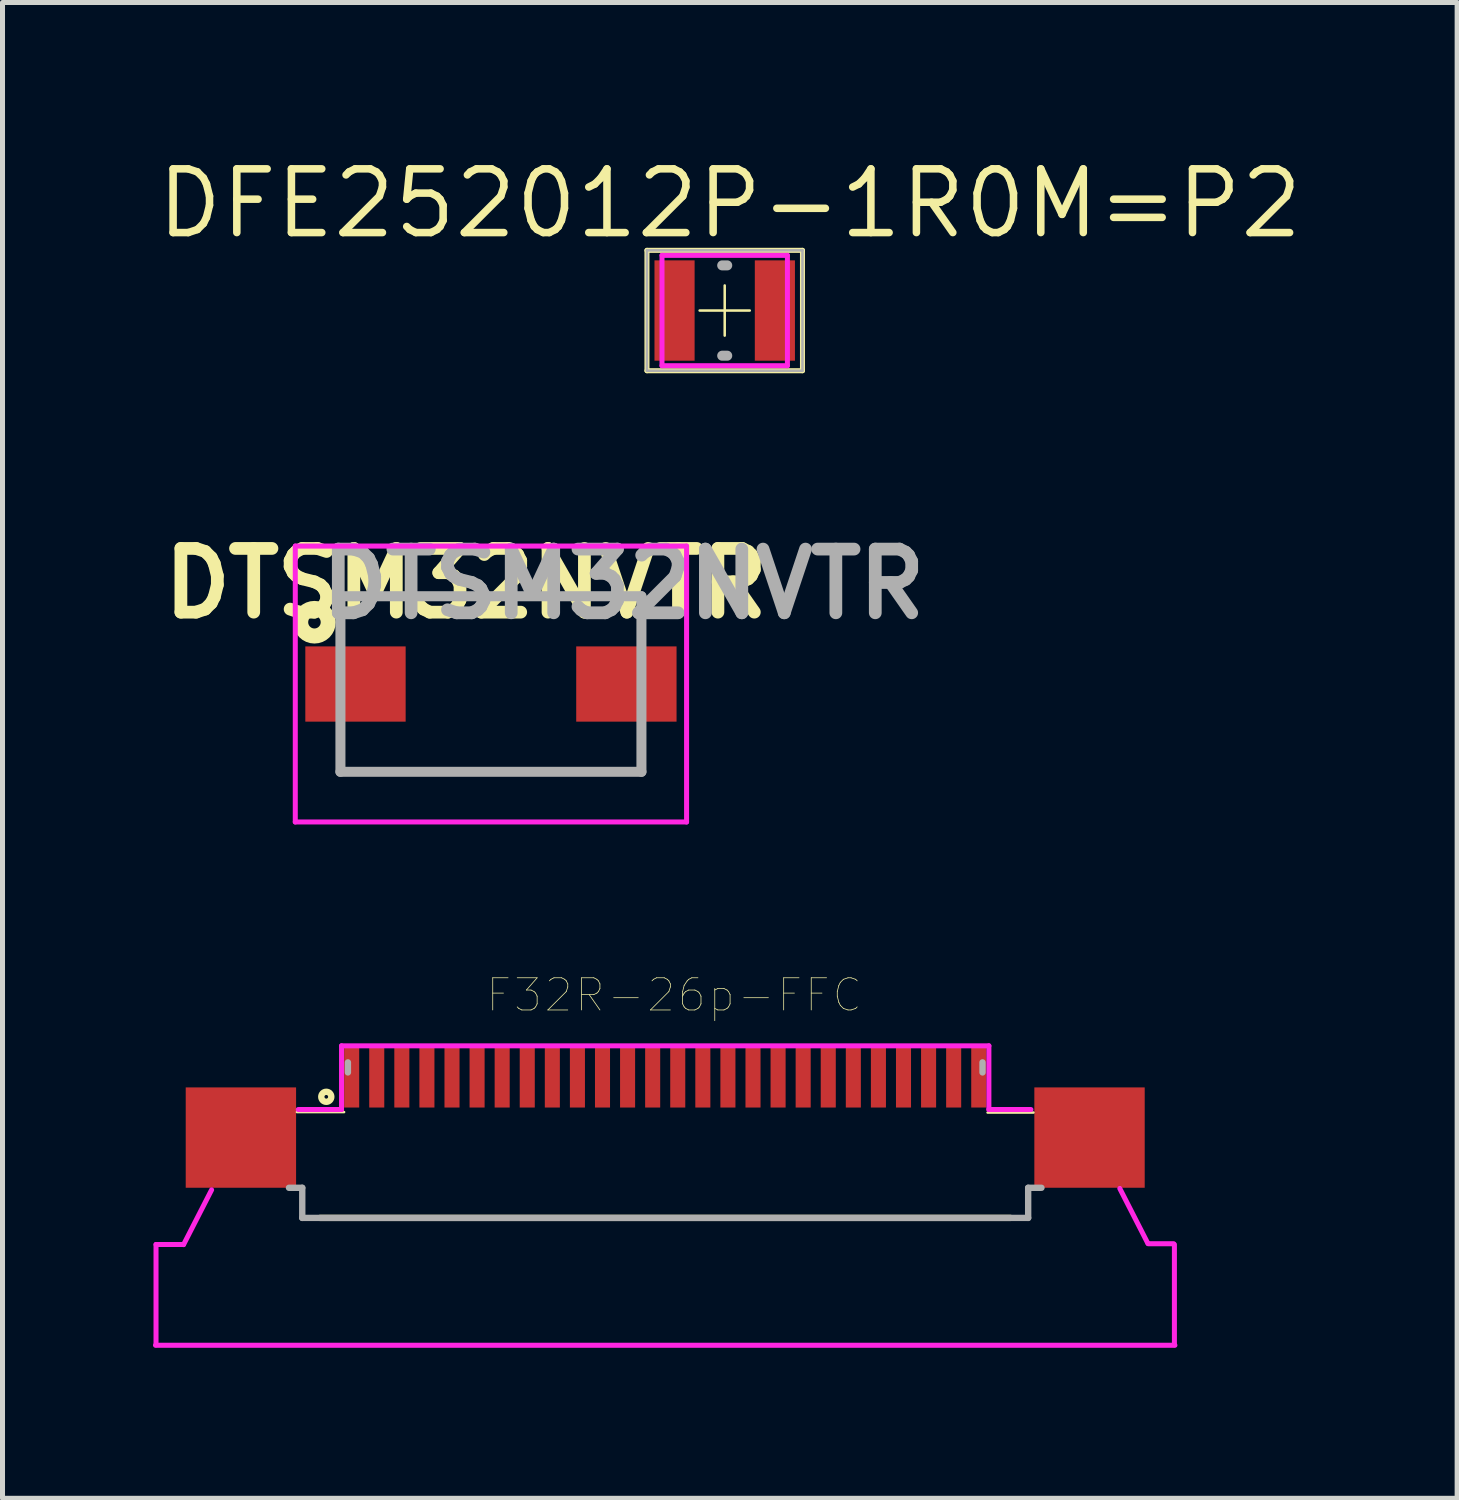
<source format=kicad_pcb>
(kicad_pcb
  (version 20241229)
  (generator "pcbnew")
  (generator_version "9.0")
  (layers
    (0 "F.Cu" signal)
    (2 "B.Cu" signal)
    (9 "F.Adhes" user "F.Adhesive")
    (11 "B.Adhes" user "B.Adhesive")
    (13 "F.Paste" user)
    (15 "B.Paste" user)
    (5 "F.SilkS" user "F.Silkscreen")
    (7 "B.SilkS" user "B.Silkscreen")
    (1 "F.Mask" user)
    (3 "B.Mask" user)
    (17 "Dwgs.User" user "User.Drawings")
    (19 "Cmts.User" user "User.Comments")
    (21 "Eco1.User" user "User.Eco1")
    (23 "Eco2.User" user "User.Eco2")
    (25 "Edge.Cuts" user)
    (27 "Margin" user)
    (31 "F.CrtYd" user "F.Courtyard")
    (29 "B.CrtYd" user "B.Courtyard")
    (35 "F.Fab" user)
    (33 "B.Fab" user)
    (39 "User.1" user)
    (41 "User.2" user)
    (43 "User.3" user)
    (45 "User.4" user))
  (footprint "F32R-26p-FFC"
    (layer "F.Cu")
    (at 10.21 19.677)
    (property "Reference" "F32R-26p-FFC" (at 0.179 -2.891 0) (layer "F.SilkS") (effects (font (size 0.641 0.641) (thickness 0.015))))
    (attr through_hole)
    (fp_line (start -9.601 2.09) (end -10.14 2.09) (stroke (width 0.05) (type solid)) (layer "F.SilkS"))
    (fp_line (start -7.341 -0.559) (end -6.401 -0.559) (stroke (width 0.05) (type solid)) (layer "F.SilkS"))
    (fp_line (start -6.88 1.55) (end 6.88 1.55) (stroke (width 0.127) (type solid)) (layer "F.SilkS"))
    (fp_line (start 7.341 -0.55) (end 6.426 -0.55) (stroke (width 0.05) (type solid)) (layer "F.SilkS"))
    (fp_line (start 9.62 2.057) (end 9.062 0.94) (stroke (width 0.05) (type solid)) (layer "F.SilkS"))
    (fp_circle (center -6.756 -0.864) (end -6.656 -0.864) (stroke (width 0.127) (type solid)) (fill no) (layer "F.SilkS"))
    (fp_line (start -10.16 4.089) (end 10.16 4.089) (stroke (width 0.1) (type solid)) (layer "F.CrtYd"))
    (fp_line (start -10.15 2.08) (end -10.15 4.08) (stroke (width 0.1) (type solid)) (layer "F.CrtYd"))
    (fp_line (start -9.601 2.08) (end -10.15 2.08) (stroke (width 0.1) (type solid)) (layer "F.CrtYd"))
    (fp_line (start -9.601 2.083) (end -9.042 0.991) (stroke (width 0.1) (type solid)) (layer "F.CrtYd"))
    (fp_line (start -6.452 -1.88) (end -6.452 -0.61) (stroke (width 0.1) (type solid)) (layer "F.CrtYd"))
    (fp_line (start -6.452 -1.88) (end 6.452 -1.88) (stroke (width 0.1) (type solid)) (layer "F.CrtYd"))
    (fp_line (start -6.452 -0.61) (end -7.315 -0.61) (stroke (width 0.1) (type solid)) (layer "F.CrtYd"))
    (fp_line (start 6.452 -1.88) (end 6.452 -0.61) (stroke (width 0.1) (type solid)) (layer "F.CrtYd"))
    (fp_line (start 7.29 -0.61) (end 6.452 -0.61) (stroke (width 0.1) (type solid)) (layer "F.CrtYd"))
    (fp_line (start 9.62 2.057) (end 9.062 0.965) (stroke (width 0.1) (type solid)) (layer "F.CrtYd"))
    (fp_line (start 9.627 2.065) (end 10.135 2.065) (stroke (width 0.1) (type solid)) (layer "F.CrtYd"))
    (fp_line (start 10.15 2.08) (end 10.15 4.08) (stroke (width 0.1) (type solid)) (layer "F.CrtYd"))
    (fp_line (start -7.5 0.95) (end -7.235 0.95) (stroke (width 0.127) (type solid)) (layer "F.Fab"))
    (fp_line (start -7.235 1.55) (end -7.235 0.95) (stroke (width 0.127) (type solid)) (layer "F.Fab"))
    (fp_line (start -7.235 1.55) (end 7.235 1.55) (stroke (width 0.127) (type solid)) (layer "F.Fab"))
    (fp_line (start -6.325 -1.55) (end -6.325 -1.35) (stroke (width 0.127) (type solid)) (layer "F.Fab"))
    (fp_line (start 6.325 -1.55) (end 6.325 -1.35) (stroke (width 0.127) (type solid)) (layer "F.Fab"))
    (fp_line (start 7.235 0.95) (end 7.5 0.95) (stroke (width 0.127) (type solid)) (layer "F.Fab"))
    (fp_line (start 7.235 1.55) (end 7.235 0.95) (stroke (width 0.127) (type solid)) (layer "F.Fab"))
    (pad "1" smd rect (at -6.25 -1.25) (size 0.3 1.2) (layers "F.Cu" "F.Mask" "F.Paste"))
    (pad "2" smd rect (at -5.75 -1.25) (size 0.3 1.2) (layers "F.Cu" "F.Mask" "F.Paste"))
    (pad "3" smd rect (at -5.25 -1.25) (size 0.3 1.2) (layers "F.Cu" "F.Mask" "F.Paste"))
    (pad "4" smd rect (at -4.75 -1.25) (size 0.3 1.2) (layers "F.Cu" "F.Mask" "F.Paste"))
    (pad "5" smd rect (at -4.25 -1.25) (size 0.3 1.2) (layers "F.Cu" "F.Mask" "F.Paste"))
    (pad "6" smd rect (at -3.75 -1.25) (size 0.3 1.2) (layers "F.Cu" "F.Mask" "F.Paste"))
    (pad "7" smd rect (at -3.25 -1.25) (size 0.3 1.2) (layers "F.Cu" "F.Mask" "F.Paste"))
    (pad "8" smd rect (at -2.75 -1.25) (size 0.3 1.2) (layers "F.Cu" "F.Mask" "F.Paste"))
    (pad "9" smd rect (at -2.25 -1.25) (size 0.3 1.2) (layers "F.Cu" "F.Mask" "F.Paste"))
    (pad "10" smd rect (at -1.75 -1.25) (size 0.3 1.2) (layers "F.Cu" "F.Mask" "F.Paste"))
    (pad "11" smd rect (at -1.25 -1.25) (size 0.3 1.2) (layers "F.Cu" "F.Mask" "F.Paste"))
    (pad "12" smd rect (at -0.75 -1.25) (size 0.3 1.2) (layers "F.Cu" "F.Mask" "F.Paste"))
    (pad "13" smd rect (at -0.25 -1.25) (size 0.3 1.2) (layers "F.Cu" "F.Mask" "F.Paste"))
    (pad "14" smd rect (at 0.25 -1.25) (size 0.3 1.2) (layers "F.Cu" "F.Mask" "F.Paste"))
    (pad "15" smd rect (at 0.75 -1.25) (size 0.3 1.2) (layers "F.Cu" "F.Mask" "F.Paste"))
    (pad "16" smd rect (at 1.25 -1.25) (size 0.3 1.2) (layers "F.Cu" "F.Mask" "F.Paste"))
    (pad "17" smd rect (at 1.75 -1.25) (size 0.3 1.2) (layers "F.Cu" "F.Mask" "F.Paste"))
    (pad "18" smd rect (at 2.25 -1.25) (size 0.3 1.2) (layers "F.Cu" "F.Mask" "F.Paste"))
    (pad "19" smd rect (at 2.75 -1.25) (size 0.3 1.2) (layers "F.Cu" "F.Mask" "F.Paste"))
    (pad "20" smd rect (at 3.25 -1.25) (size 0.3 1.2) (layers "F.Cu" "F.Mask" "F.Paste"))
    (pad "21" smd rect (at 3.75 -1.25) (size 0.3 1.2) (layers "F.Cu" "F.Mask" "F.Paste"))
    (pad "22" smd rect (at 4.25 -1.25) (size 0.3 1.2) (layers "F.Cu" "F.Mask" "F.Paste"))
    (pad "23" smd rect (at 4.75 -1.25) (size 0.3 1.2) (layers "F.Cu" "F.Mask" "F.Paste"))
    (pad "24" smd rect (at 5.25 -1.25) (size 0.3 1.2) (layers "F.Cu" "F.Mask" "F.Paste"))
    (pad "25" smd rect (at 5.75 -1.25) (size 0.3 1.2) (layers "F.Cu" "F.Mask" "F.Paste"))
    (pad "26" smd rect (at 6.25 -1.25) (size 0.3 1.2) (layers "F.Cu" "F.Mask" "F.Paste"))
    (pad "MP1" smd rect (at -8.458 -0.051) (size 2.2 2) (layers "F.Cu" "F.Mask" "F.Paste"))
    (pad "MP2" smd rect (at 8.458 -0.051) (size 2.2 2) (layers "F.Cu" "F.Mask" "F.Paste")))
  (footprint "DFE252012P-1R0M=P2"
    (layer "F.Cu")
    (at 11.396 3.14)
    (property "Reference" "DFE252012P-1R0M=P2" (at 0.102 -2.134 0) (layer "F.SilkS") (effects (font (size 1.27 1.27) (thickness 0.15))))
    (attr through_hole)
    (fp_line (start -1.55 -1.2) (end 1.55 -1.2) (stroke (width 0.1) (type solid)) (layer "F.SilkS"))
    (fp_line (start -1.55 1.2) (end -1.55 -1.2) (stroke (width 0.1) (type solid)) (layer "F.SilkS"))
    (fp_line (start -1.55 1.2) (end 1.55 1.2) (stroke (width 0.1) (type solid)) (layer "F.SilkS"))
    (fp_line (start -0.5 0) (end 0.5 0) (stroke (width 0.05) (type solid)) (layer "F.SilkS"))
    (fp_line (start 0 0.5) (end 0 -0.5) (stroke (width 0.05) (type solid)) (layer "F.SilkS"))
    (fp_line (start 1.55 1.2) (end 1.55 -1.2) (stroke (width 0.1) (type solid)) (layer "F.SilkS"))
    (fp_line (start -1.25 -1.1) (end 1.25 -1.1) (stroke (width 0.1) (type solid)) (layer "F.CrtYd"))
    (fp_line (start -1.25 1.1) (end -1.25 -1.1) (stroke (width 0.1) (type solid)) (layer "F.CrtYd"))
    (fp_line (start -1.25 1.1) (end 1.25 1.1) (stroke (width 0.1) (type solid)) (layer "F.CrtYd"))
    (fp_line (start 1.25 1.1) (end 1.25 -1.1) (stroke (width 0.1) (type solid)) (layer "F.CrtYd"))
    (fp_line (start -1.55 -1.2) (end 1.55 -1.2) (stroke (width 0.05) (type solid)) (layer "F.Fab"))
    (fp_line (start -1.55 1.2) (end -1.55 -1.2) (stroke (width 0.05) (type solid)) (layer "F.Fab"))
    (fp_line (start -1.55 1.2) (end 1.55 1.2) (stroke (width 0.05) (type solid)) (layer "F.Fab"))
    (fp_line (start -0.05 -0.9) (end 0.05 -0.9) (stroke (width 0.2) (type solid)) (layer "F.Fab"))
    (fp_line (start -0.05 0.9) (end 0.05 0.9) (stroke (width 0.2) (type solid)) (layer "F.Fab"))
    (fp_line (start 1.55 1.2) (end 1.55 -1.2) (stroke (width 0.05) (type solid)) (layer "F.Fab"))
    (pad "1" smd rect (at -1 0) (size 0.8 2) (layers "F.Cu" "F.Mask" "F.Paste"))
    (pad "2" smd rect (at 1 0) (size 0.8 2) (layers "F.Cu" "F.Mask" "F.Paste")))
  (footprint "DTSM32NVTR"
    (layer "F.Cu")
    (at 6.736 10.585)
    (property "Reference" "DTSM32NVTR" (at -0.495 -2.007 0) (layer "F.SilkS") (effects (font (size 1.27 1.27) (thickness 0.254))))
    (attr smd)
    (fp_line (start -3 -1.75) (end 3 -1.75) (stroke (width 0.1) (type solid)) (layer "F.SilkS"))
    (fp_line (start -3 -1) (end -3 -1.75) (stroke (width 0.1) (type solid)) (layer "F.SilkS"))
    (fp_line (start -3 1) (end -3 1.75) (stroke (width 0.1) (type solid)) (layer "F.SilkS"))
    (fp_line (start -3 1.75) (end 3 1.75) (stroke (width 0.1) (type solid)) (layer "F.SilkS"))
    (fp_line (start 3 -1.75) (end 3 -1) (stroke (width 0.1) (type solid)) (layer "F.SilkS"))
    (fp_line (start 3 1.75) (end 3 1) (stroke (width 0.1) (type solid)) (layer "F.SilkS"))
    (fp_circle (center -3.518 -1.232) (end -3.393 -1.232) (stroke (width 0.3) (type solid)) (fill no) (layer "F.SilkS"))
    (fp_line (start -3.9 -2.75) (end 3.9 -2.75) (stroke (width 0.1) (type solid)) (layer "F.CrtYd"))
    (fp_line (start -3.9 2.75) (end -3.9 -2.75) (stroke (width 0.1) (type solid)) (layer "F.CrtYd"))
    (fp_line (start 3.9 -2.75) (end 3.9 2.75) (stroke (width 0.1) (type solid)) (layer "F.CrtYd"))
    (fp_line (start 3.9 2.75) (end -3.9 2.75) (stroke (width 0.1) (type solid)) (layer "F.CrtYd"))
    (fp_line (start -3 -1.75) (end 3 -1.75) (stroke (width 0.2) (type solid)) (layer "F.Fab"))
    (fp_line (start -3 1.75) (end -3 -1.75) (stroke (width 0.2) (type solid)) (layer "F.Fab"))
    (fp_line (start 3 -1.75) (end 3 1.75) (stroke (width 0.2) (type solid)) (layer "F.Fab"))
    (fp_line (start 3 1.75) (end -3 1.75) (stroke (width 0.2) (type solid)) (layer "F.Fab"))
    (fp_text user "${REFERENCE}" (at 2.642 -1.994 0) (layer "F.Fab") (effects (font (size 1.27 1.27) (thickness 0.254))))
    (pad "1" smd rect (at -2.7 0 90) (size 1.5 2) (layers "F.Cu" "F.Mask" "F.Paste"))
    (pad "2" smd rect (at 2.7 0 90) (size 1.5 2) (layers "F.Cu" "F.Mask" "F.Paste")))
  (gr_rect
    (start -3 -3)
    (end 25.996 26.817)
    (stroke (width 0.1) (type default))
    (fill no)
    (layer "Edge.Cuts")))
</source>
